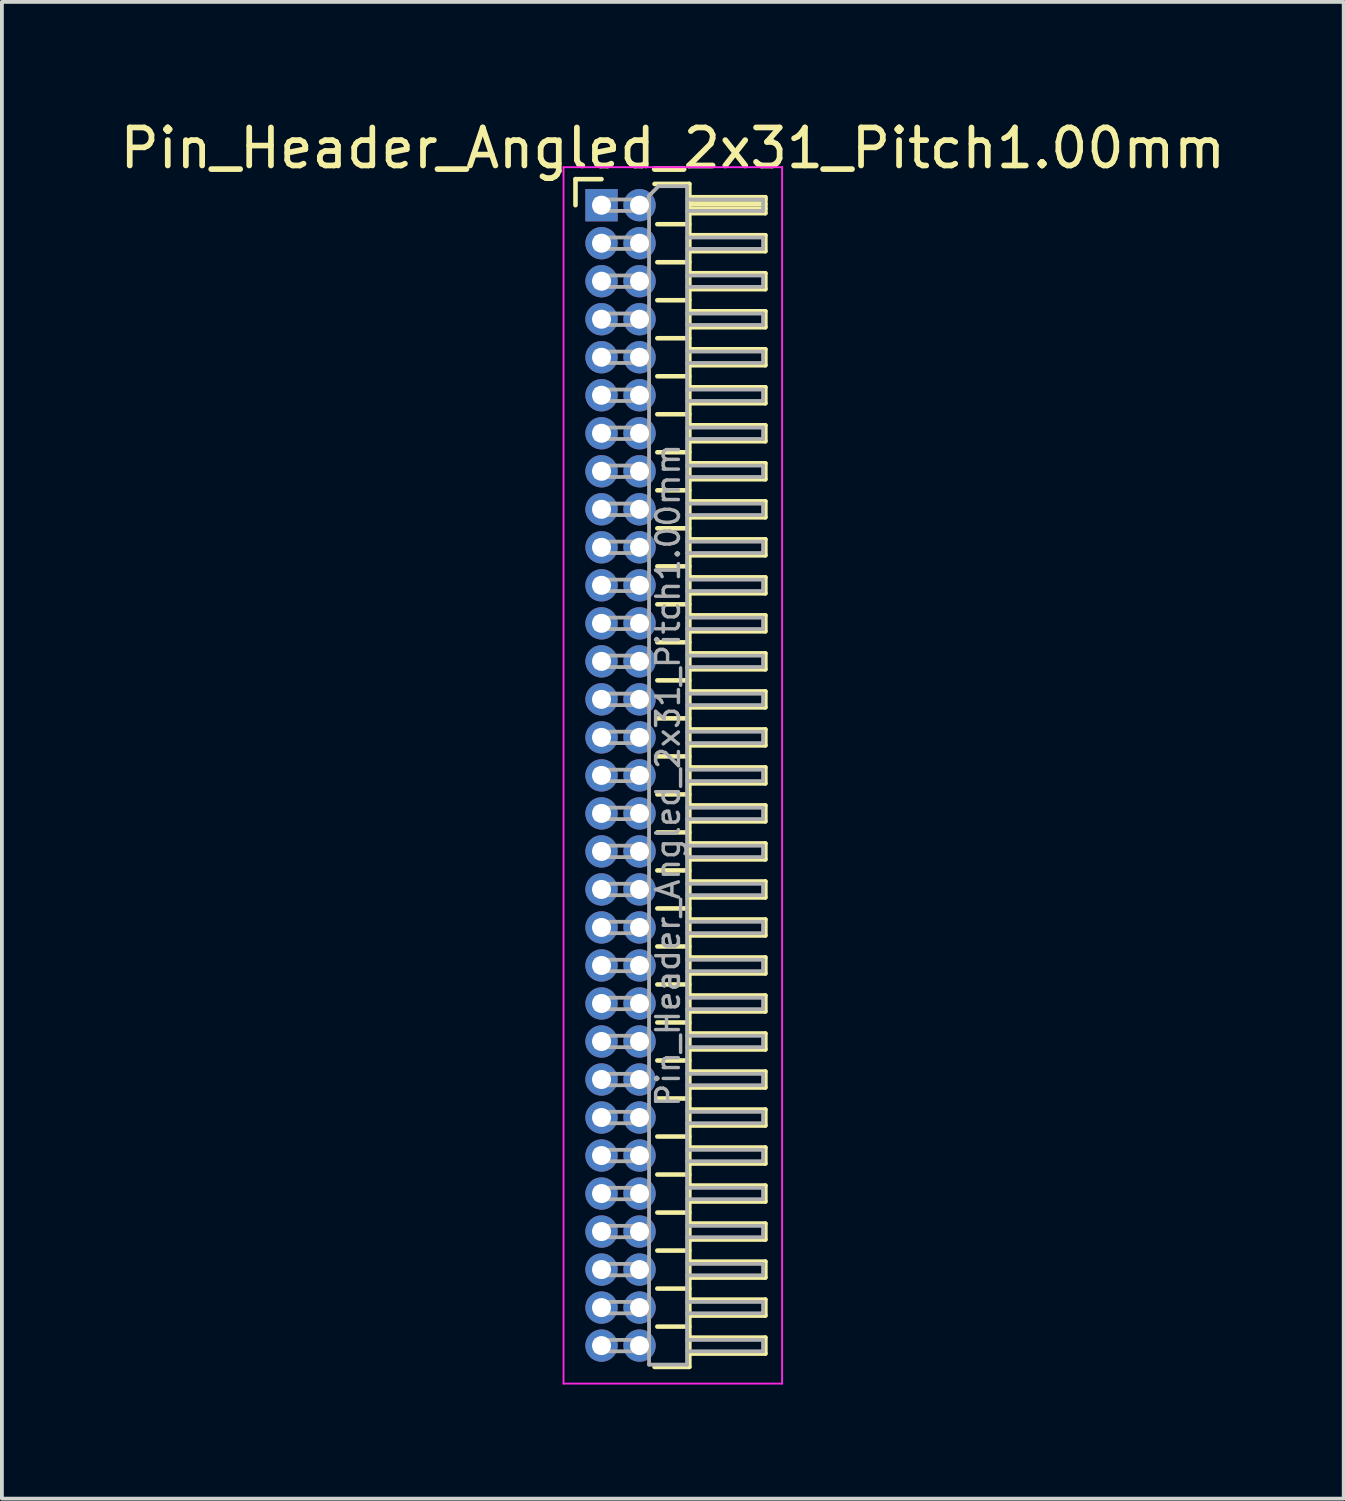
<source format=kicad_pcb>
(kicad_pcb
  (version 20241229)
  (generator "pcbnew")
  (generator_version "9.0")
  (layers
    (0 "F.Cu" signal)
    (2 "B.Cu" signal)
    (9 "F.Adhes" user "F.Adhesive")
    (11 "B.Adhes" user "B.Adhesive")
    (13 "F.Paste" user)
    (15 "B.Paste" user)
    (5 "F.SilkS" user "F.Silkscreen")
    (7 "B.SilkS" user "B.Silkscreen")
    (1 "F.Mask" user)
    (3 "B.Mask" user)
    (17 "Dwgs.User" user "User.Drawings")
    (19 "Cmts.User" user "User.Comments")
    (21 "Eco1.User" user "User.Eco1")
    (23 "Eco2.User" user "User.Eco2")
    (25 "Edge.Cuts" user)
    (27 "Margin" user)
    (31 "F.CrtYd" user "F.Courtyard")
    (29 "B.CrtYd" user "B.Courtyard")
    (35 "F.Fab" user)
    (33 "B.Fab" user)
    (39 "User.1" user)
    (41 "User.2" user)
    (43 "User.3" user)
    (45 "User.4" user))
  (footprint "Pin_Header_Angled_2x31_Pitch1.00mm"
    (layer "F.Cu")
    (at 12.774 2.348)
    (property "Reference" "Pin_Header_Angled_2x31_Pitch1.00mm" (at 1.875 -1.5 0) (layer "F.SilkS") (effects (font (size 1 1) (thickness 0.15))))
    (attr through_hole)
    (fp_line (start -0.685 -0.685) (end 0 -0.685) (stroke (width 0.12) (type solid)) (layer "F.SilkS"))
    (fp_line (start -0.685 0) (end -0.685 -0.685) (stroke (width 0.12) (type solid)) (layer "F.SilkS"))
    (fp_line (start 1.394 -0.56) (end 2.31 -0.56) (stroke (width 0.12) (type solid)) (layer "F.SilkS"))
    (fp_line (start 1.468 0.5) (end 2.31 0.5) (stroke (width 0.12) (type solid)) (layer "F.SilkS"))
    (fp_line (start 1.468 1.5) (end 2.31 1.5) (stroke (width 0.12) (type solid)) (layer "F.SilkS"))
    (fp_line (start 1.468 2.5) (end 2.31 2.5) (stroke (width 0.12) (type solid)) (layer "F.SilkS"))
    (fp_line (start 1.468 3.5) (end 2.31 3.5) (stroke (width 0.12) (type solid)) (layer "F.SilkS"))
    (fp_line (start 1.468 4.5) (end 2.31 4.5) (stroke (width 0.12) (type solid)) (layer "F.SilkS"))
    (fp_line (start 1.468 5.5) (end 2.31 5.5) (stroke (width 0.12) (type solid)) (layer "F.SilkS"))
    (fp_line (start 1.468 6.5) (end 2.31 6.5) (stroke (width 0.12) (type solid)) (layer "F.SilkS"))
    (fp_line (start 1.468 7.5) (end 2.31 7.5) (stroke (width 0.12) (type solid)) (layer "F.SilkS"))
    (fp_line (start 1.468 8.5) (end 2.31 8.5) (stroke (width 0.12) (type solid)) (layer "F.SilkS"))
    (fp_line (start 1.468 9.5) (end 2.31 9.5) (stroke (width 0.12) (type solid)) (layer "F.SilkS"))
    (fp_line (start 1.468 10.5) (end 2.31 10.5) (stroke (width 0.12) (type solid)) (layer "F.SilkS"))
    (fp_line (start 1.468 11.5) (end 2.31 11.5) (stroke (width 0.12) (type solid)) (layer "F.SilkS"))
    (fp_line (start 1.468 12.5) (end 2.31 12.5) (stroke (width 0.12) (type solid)) (layer "F.SilkS"))
    (fp_line (start 1.468 13.5) (end 2.31 13.5) (stroke (width 0.12) (type solid)) (layer "F.SilkS"))
    (fp_line (start 1.468 14.5) (end 2.31 14.5) (stroke (width 0.12) (type solid)) (layer "F.SilkS"))
    (fp_line (start 1.468 15.5) (end 2.31 15.5) (stroke (width 0.12) (type solid)) (layer "F.SilkS"))
    (fp_line (start 1.468 16.5) (end 2.31 16.5) (stroke (width 0.12) (type solid)) (layer "F.SilkS"))
    (fp_line (start 1.468 17.5) (end 2.31 17.5) (stroke (width 0.12) (type solid)) (layer "F.SilkS"))
    (fp_line (start 1.468 18.5) (end 2.31 18.5) (stroke (width 0.12) (type solid)) (layer "F.SilkS"))
    (fp_line (start 1.468 19.5) (end 2.31 19.5) (stroke (width 0.12) (type solid)) (layer "F.SilkS"))
    (fp_line (start 1.468 20.5) (end 2.31 20.5) (stroke (width 0.12) (type solid)) (layer "F.SilkS"))
    (fp_line (start 1.468 21.5) (end 2.31 21.5) (stroke (width 0.12) (type solid)) (layer "F.SilkS"))
    (fp_line (start 1.468 22.5) (end 2.31 22.5) (stroke (width 0.12) (type solid)) (layer "F.SilkS"))
    (fp_line (start 1.468 23.5) (end 2.31 23.5) (stroke (width 0.12) (type solid)) (layer "F.SilkS"))
    (fp_line (start 1.468 24.5) (end 2.31 24.5) (stroke (width 0.12) (type solid)) (layer "F.SilkS"))
    (fp_line (start 1.468 25.5) (end 2.31 25.5) (stroke (width 0.12) (type solid)) (layer "F.SilkS"))
    (fp_line (start 1.468 26.5) (end 2.31 26.5) (stroke (width 0.12) (type solid)) (layer "F.SilkS"))
    (fp_line (start 1.468 27.5) (end 2.31 27.5) (stroke (width 0.12) (type solid)) (layer "F.SilkS"))
    (fp_line (start 1.468 28.5) (end 2.31 28.5) (stroke (width 0.12) (type solid)) (layer "F.SilkS"))
    (fp_line (start 1.468 29.5) (end 2.31 29.5) (stroke (width 0.12) (type solid)) (layer "F.SilkS"))
    (fp_line (start 2.31 -0.56) (end 2.31 30.56) (stroke (width 0.12) (type solid)) (layer "F.SilkS"))
    (fp_line (start 2.31 -0.21) (end 4.31 -0.21) (stroke (width 0.12) (type solid)) (layer "F.SilkS"))
    (fp_line (start 2.31 -0.15) (end 4.31 -0.15) (stroke (width 0.12) (type solid)) (layer "F.SilkS"))
    (fp_line (start 2.31 -0.03) (end 4.31 -0.03) (stroke (width 0.12) (type solid)) (layer "F.SilkS"))
    (fp_line (start 2.31 0.09) (end 4.31 0.09) (stroke (width 0.12) (type solid)) (layer "F.SilkS"))
    (fp_line (start 2.31 0.79) (end 4.31 0.79) (stroke (width 0.12) (type solid)) (layer "F.SilkS"))
    (fp_line (start 2.31 1.79) (end 4.31 1.79) (stroke (width 0.12) (type solid)) (layer "F.SilkS"))
    (fp_line (start 2.31 2.79) (end 4.31 2.79) (stroke (width 0.12) (type solid)) (layer "F.SilkS"))
    (fp_line (start 2.31 3.79) (end 4.31 3.79) (stroke (width 0.12) (type solid)) (layer "F.SilkS"))
    (fp_line (start 2.31 4.79) (end 4.31 4.79) (stroke (width 0.12) (type solid)) (layer "F.SilkS"))
    (fp_line (start 2.31 5.79) (end 4.31 5.79) (stroke (width 0.12) (type solid)) (layer "F.SilkS"))
    (fp_line (start 2.31 6.79) (end 4.31 6.79) (stroke (width 0.12) (type solid)) (layer "F.SilkS"))
    (fp_line (start 2.31 7.79) (end 4.31 7.79) (stroke (width 0.12) (type solid)) (layer "F.SilkS"))
    (fp_line (start 2.31 8.79) (end 4.31 8.79) (stroke (width 0.12) (type solid)) (layer "F.SilkS"))
    (fp_line (start 2.31 9.79) (end 4.31 9.79) (stroke (width 0.12) (type solid)) (layer "F.SilkS"))
    (fp_line (start 2.31 10.79) (end 4.31 10.79) (stroke (width 0.12) (type solid)) (layer "F.SilkS"))
    (fp_line (start 2.31 11.79) (end 4.31 11.79) (stroke (width 0.12) (type solid)) (layer "F.SilkS"))
    (fp_line (start 2.31 12.79) (end 4.31 12.79) (stroke (width 0.12) (type solid)) (layer "F.SilkS"))
    (fp_line (start 2.31 13.79) (end 4.31 13.79) (stroke (width 0.12) (type solid)) (layer "F.SilkS"))
    (fp_line (start 2.31 14.79) (end 4.31 14.79) (stroke (width 0.12) (type solid)) (layer "F.SilkS"))
    (fp_line (start 2.31 15.79) (end 4.31 15.79) (stroke (width 0.12) (type solid)) (layer "F.SilkS"))
    (fp_line (start 2.31 16.79) (end 4.31 16.79) (stroke (width 0.12) (type solid)) (layer "F.SilkS"))
    (fp_line (start 2.31 17.79) (end 4.31 17.79) (stroke (width 0.12) (type solid)) (layer "F.SilkS"))
    (fp_line (start 2.31 18.79) (end 4.31 18.79) (stroke (width 0.12) (type solid)) (layer "F.SilkS"))
    (fp_line (start 2.31 19.79) (end 4.31 19.79) (stroke (width 0.12) (type solid)) (layer "F.SilkS"))
    (fp_line (start 2.31 20.79) (end 4.31 20.79) (stroke (width 0.12) (type solid)) (layer "F.SilkS"))
    (fp_line (start 2.31 21.79) (end 4.31 21.79) (stroke (width 0.12) (type solid)) (layer "F.SilkS"))
    (fp_line (start 2.31 22.79) (end 4.31 22.79) (stroke (width 0.12) (type solid)) (layer "F.SilkS"))
    (fp_line (start 2.31 23.79) (end 4.31 23.79) (stroke (width 0.12) (type solid)) (layer "F.SilkS"))
    (fp_line (start 2.31 24.79) (end 4.31 24.79) (stroke (width 0.12) (type solid)) (layer "F.SilkS"))
    (fp_line (start 2.31 25.79) (end 4.31 25.79) (stroke (width 0.12) (type solid)) (layer "F.SilkS"))
    (fp_line (start 2.31 26.79) (end 4.31 26.79) (stroke (width 0.12) (type solid)) (layer "F.SilkS"))
    (fp_line (start 2.31 27.79) (end 4.31 27.79) (stroke (width 0.12) (type solid)) (layer "F.SilkS"))
    (fp_line (start 2.31 28.79) (end 4.31 28.79) (stroke (width 0.12) (type solid)) (layer "F.SilkS"))
    (fp_line (start 2.31 29.79) (end 4.31 29.79) (stroke (width 0.12) (type solid)) (layer "F.SilkS"))
    (fp_line (start 2.31 30.56) (end 1.394 30.56) (stroke (width 0.12) (type solid)) (layer "F.SilkS"))
    (fp_line (start 4.31 -0.21) (end 4.31 0.21) (stroke (width 0.12) (type solid)) (layer "F.SilkS"))
    (fp_line (start 4.31 0.21) (end 2.31 0.21) (stroke (width 0.12) (type solid)) (layer "F.SilkS"))
    (fp_line (start 4.31 0.79) (end 4.31 1.21) (stroke (width 0.12) (type solid)) (layer "F.SilkS"))
    (fp_line (start 4.31 1.21) (end 2.31 1.21) (stroke (width 0.12) (type solid)) (layer "F.SilkS"))
    (fp_line (start 4.31 1.79) (end 4.31 2.21) (stroke (width 0.12) (type solid)) (layer "F.SilkS"))
    (fp_line (start 4.31 2.21) (end 2.31 2.21) (stroke (width 0.12) (type solid)) (layer "F.SilkS"))
    (fp_line (start 4.31 2.79) (end 4.31 3.21) (stroke (width 0.12) (type solid)) (layer "F.SilkS"))
    (fp_line (start 4.31 3.21) (end 2.31 3.21) (stroke (width 0.12) (type solid)) (layer "F.SilkS"))
    (fp_line (start 4.31 3.79) (end 4.31 4.21) (stroke (width 0.12) (type solid)) (layer "F.SilkS"))
    (fp_line (start 4.31 4.21) (end 2.31 4.21) (stroke (width 0.12) (type solid)) (layer "F.SilkS"))
    (fp_line (start 4.31 4.79) (end 4.31 5.21) (stroke (width 0.12) (type solid)) (layer "F.SilkS"))
    (fp_line (start 4.31 5.21) (end 2.31 5.21) (stroke (width 0.12) (type solid)) (layer "F.SilkS"))
    (fp_line (start 4.31 5.79) (end 4.31 6.21) (stroke (width 0.12) (type solid)) (layer "F.SilkS"))
    (fp_line (start 4.31 6.21) (end 2.31 6.21) (stroke (width 0.12) (type solid)) (layer "F.SilkS"))
    (fp_line (start 4.31 6.79) (end 4.31 7.21) (stroke (width 0.12) (type solid)) (layer "F.SilkS"))
    (fp_line (start 4.31 7.21) (end 2.31 7.21) (stroke (width 0.12) (type solid)) (layer "F.SilkS"))
    (fp_line (start 4.31 7.79) (end 4.31 8.21) (stroke (width 0.12) (type solid)) (layer "F.SilkS"))
    (fp_line (start 4.31 8.21) (end 2.31 8.21) (stroke (width 0.12) (type solid)) (layer "F.SilkS"))
    (fp_line (start 4.31 8.79) (end 4.31 9.21) (stroke (width 0.12) (type solid)) (layer "F.SilkS"))
    (fp_line (start 4.31 9.21) (end 2.31 9.21) (stroke (width 0.12) (type solid)) (layer "F.SilkS"))
    (fp_line (start 4.31 9.79) (end 4.31 10.21) (stroke (width 0.12) (type solid)) (layer "F.SilkS"))
    (fp_line (start 4.31 10.21) (end 2.31 10.21) (stroke (width 0.12) (type solid)) (layer "F.SilkS"))
    (fp_line (start 4.31 10.79) (end 4.31 11.21) (stroke (width 0.12) (type solid)) (layer "F.SilkS"))
    (fp_line (start 4.31 11.21) (end 2.31 11.21) (stroke (width 0.12) (type solid)) (layer "F.SilkS"))
    (fp_line (start 4.31 11.79) (end 4.31 12.21) (stroke (width 0.12) (type solid)) (layer "F.SilkS"))
    (fp_line (start 4.31 12.21) (end 2.31 12.21) (stroke (width 0.12) (type solid)) (layer "F.SilkS"))
    (fp_line (start 4.31 12.79) (end 4.31 13.21) (stroke (width 0.12) (type solid)) (layer "F.SilkS"))
    (fp_line (start 4.31 13.21) (end 2.31 13.21) (stroke (width 0.12) (type solid)) (layer "F.SilkS"))
    (fp_line (start 4.31 13.79) (end 4.31 14.21) (stroke (width 0.12) (type solid)) (layer "F.SilkS"))
    (fp_line (start 4.31 14.21) (end 2.31 14.21) (stroke (width 0.12) (type solid)) (layer "F.SilkS"))
    (fp_line (start 4.31 14.79) (end 4.31 15.21) (stroke (width 0.12) (type solid)) (layer "F.SilkS"))
    (fp_line (start 4.31 15.21) (end 2.31 15.21) (stroke (width 0.12) (type solid)) (layer "F.SilkS"))
    (fp_line (start 4.31 15.79) (end 4.31 16.21) (stroke (width 0.12) (type solid)) (layer "F.SilkS"))
    (fp_line (start 4.31 16.21) (end 2.31 16.21) (stroke (width 0.12) (type solid)) (layer "F.SilkS"))
    (fp_line (start 4.31 16.79) (end 4.31 17.21) (stroke (width 0.12) (type solid)) (layer "F.SilkS"))
    (fp_line (start 4.31 17.21) (end 2.31 17.21) (stroke (width 0.12) (type solid)) (layer "F.SilkS"))
    (fp_line (start 4.31 17.79) (end 4.31 18.21) (stroke (width 0.12) (type solid)) (layer "F.SilkS"))
    (fp_line (start 4.31 18.21) (end 2.31 18.21) (stroke (width 0.12) (type solid)) (layer "F.SilkS"))
    (fp_line (start 4.31 18.79) (end 4.31 19.21) (stroke (width 0.12) (type solid)) (layer "F.SilkS"))
    (fp_line (start 4.31 19.21) (end 2.31 19.21) (stroke (width 0.12) (type solid)) (layer "F.SilkS"))
    (fp_line (start 4.31 19.79) (end 4.31 20.21) (stroke (width 0.12) (type solid)) (layer "F.SilkS"))
    (fp_line (start 4.31 20.21) (end 2.31 20.21) (stroke (width 0.12) (type solid)) (layer "F.SilkS"))
    (fp_line (start 4.31 20.79) (end 4.31 21.21) (stroke (width 0.12) (type solid)) (layer "F.SilkS"))
    (fp_line (start 4.31 21.21) (end 2.31 21.21) (stroke (width 0.12) (type solid)) (layer "F.SilkS"))
    (fp_line (start 4.31 21.79) (end 4.31 22.21) (stroke (width 0.12) (type solid)) (layer "F.SilkS"))
    (fp_line (start 4.31 22.21) (end 2.31 22.21) (stroke (width 0.12) (type solid)) (layer "F.SilkS"))
    (fp_line (start 4.31 22.79) (end 4.31 23.21) (stroke (width 0.12) (type solid)) (layer "F.SilkS"))
    (fp_line (start 4.31 23.21) (end 2.31 23.21) (stroke (width 0.12) (type solid)) (layer "F.SilkS"))
    (fp_line (start 4.31 23.79) (end 4.31 24.21) (stroke (width 0.12) (type solid)) (layer "F.SilkS"))
    (fp_line (start 4.31 24.21) (end 2.31 24.21) (stroke (width 0.12) (type solid)) (layer "F.SilkS"))
    (fp_line (start 4.31 24.79) (end 4.31 25.21) (stroke (width 0.12) (type solid)) (layer "F.SilkS"))
    (fp_line (start 4.31 25.21) (end 2.31 25.21) (stroke (width 0.12) (type solid)) (layer "F.SilkS"))
    (fp_line (start 4.31 25.79) (end 4.31 26.21) (stroke (width 0.12) (type solid)) (layer "F.SilkS"))
    (fp_line (start 4.31 26.21) (end 2.31 26.21) (stroke (width 0.12) (type solid)) (layer "F.SilkS"))
    (fp_line (start 4.31 26.79) (end 4.31 27.21) (stroke (width 0.12) (type solid)) (layer "F.SilkS"))
    (fp_line (start 4.31 27.21) (end 2.31 27.21) (stroke (width 0.12) (type solid)) (layer "F.SilkS"))
    (fp_line (start 4.31 27.79) (end 4.31 28.21) (stroke (width 0.12) (type solid)) (layer "F.SilkS"))
    (fp_line (start 4.31 28.21) (end 2.31 28.21) (stroke (width 0.12) (type solid)) (layer "F.SilkS"))
    (fp_line (start 4.31 28.79) (end 4.31 29.21) (stroke (width 0.12) (type solid)) (layer "F.SilkS"))
    (fp_line (start 4.31 29.21) (end 2.31 29.21) (stroke (width 0.12) (type solid)) (layer "F.SilkS"))
    (fp_line (start 4.31 29.79) (end 4.31 30.21) (stroke (width 0.12) (type solid)) (layer "F.SilkS"))
    (fp_line (start 4.31 30.21) (end 2.31 30.21) (stroke (width 0.12) (type solid)) (layer "F.SilkS"))
    (fp_line (start -1 -1) (end -1 31) (stroke (width 0.05) (type solid)) (layer "F.CrtYd"))
    (fp_line (start -1 31) (end 4.75 31) (stroke (width 0.05) (type solid)) (layer "F.CrtYd"))
    (fp_line (start 4.75 -1) (end -1 -1) (stroke (width 0.05) (type solid)) (layer "F.CrtYd"))
    (fp_line (start 4.75 31) (end 4.75 -1) (stroke (width 0.05) (type solid)) (layer "F.CrtYd"))
    (fp_line (start -0.15 -0.15) (end -0.15 0.15) (stroke (width 0.1) (type solid)) (layer "F.Fab"))
    (fp_line (start -0.15 -0.15) (end 1.25 -0.15) (stroke (width 0.1) (type solid)) (layer "F.Fab"))
    (fp_line (start -0.15 0.15) (end 1.25 0.15) (stroke (width 0.1) (type solid)) (layer "F.Fab"))
    (fp_line (start -0.15 0.85) (end -0.15 1.15) (stroke (width 0.1) (type solid)) (layer "F.Fab"))
    (fp_line (start -0.15 0.85) (end 1.25 0.85) (stroke (width 0.1) (type solid)) (layer "F.Fab"))
    (fp_line (start -0.15 1.15) (end 1.25 1.15) (stroke (width 0.1) (type solid)) (layer "F.Fab"))
    (fp_line (start -0.15 1.85) (end -0.15 2.15) (stroke (width 0.1) (type solid)) (layer "F.Fab"))
    (fp_line (start -0.15 1.85) (end 1.25 1.85) (stroke (width 0.1) (type solid)) (layer "F.Fab"))
    (fp_line (start -0.15 2.15) (end 1.25 2.15) (stroke (width 0.1) (type solid)) (layer "F.Fab"))
    (fp_line (start -0.15 2.85) (end -0.15 3.15) (stroke (width 0.1) (type solid)) (layer "F.Fab"))
    (fp_line (start -0.15 2.85) (end 1.25 2.85) (stroke (width 0.1) (type solid)) (layer "F.Fab"))
    (fp_line (start -0.15 3.15) (end 1.25 3.15) (stroke (width 0.1) (type solid)) (layer "F.Fab"))
    (fp_line (start -0.15 3.85) (end -0.15 4.15) (stroke (width 0.1) (type solid)) (layer "F.Fab"))
    (fp_line (start -0.15 3.85) (end 1.25 3.85) (stroke (width 0.1) (type solid)) (layer "F.Fab"))
    (fp_line (start -0.15 4.15) (end 1.25 4.15) (stroke (width 0.1) (type solid)) (layer "F.Fab"))
    (fp_line (start -0.15 4.85) (end -0.15 5.15) (stroke (width 0.1) (type solid)) (layer "F.Fab"))
    (fp_line (start -0.15 4.85) (end 1.25 4.85) (stroke (width 0.1) (type solid)) (layer "F.Fab"))
    (fp_line (start -0.15 5.15) (end 1.25 5.15) (stroke (width 0.1) (type solid)) (layer "F.Fab"))
    (fp_line (start -0.15 5.85) (end -0.15 6.15) (stroke (width 0.1) (type solid)) (layer "F.Fab"))
    (fp_line (start -0.15 5.85) (end 1.25 5.85) (stroke (width 0.1) (type solid)) (layer "F.Fab"))
    (fp_line (start -0.15 6.15) (end 1.25 6.15) (stroke (width 0.1) (type solid)) (layer "F.Fab"))
    (fp_line (start -0.15 6.85) (end -0.15 7.15) (stroke (width 0.1) (type solid)) (layer "F.Fab"))
    (fp_line (start -0.15 6.85) (end 1.25 6.85) (stroke (width 0.1) (type solid)) (layer "F.Fab"))
    (fp_line (start -0.15 7.15) (end 1.25 7.15) (stroke (width 0.1) (type solid)) (layer "F.Fab"))
    (fp_line (start -0.15 7.85) (end -0.15 8.15) (stroke (width 0.1) (type solid)) (layer "F.Fab"))
    (fp_line (start -0.15 7.85) (end 1.25 7.85) (stroke (width 0.1) (type solid)) (layer "F.Fab"))
    (fp_line (start -0.15 8.15) (end 1.25 8.15) (stroke (width 0.1) (type solid)) (layer "F.Fab"))
    (fp_line (start -0.15 8.85) (end -0.15 9.15) (stroke (width 0.1) (type solid)) (layer "F.Fab"))
    (fp_line (start -0.15 8.85) (end 1.25 8.85) (stroke (width 0.1) (type solid)) (layer "F.Fab"))
    (fp_line (start -0.15 9.15) (end 1.25 9.15) (stroke (width 0.1) (type solid)) (layer "F.Fab"))
    (fp_line (start -0.15 9.85) (end -0.15 10.15) (stroke (width 0.1) (type solid)) (layer "F.Fab"))
    (fp_line (start -0.15 9.85) (end 1.25 9.85) (stroke (width 0.1) (type solid)) (layer "F.Fab"))
    (fp_line (start -0.15 10.15) (end 1.25 10.15) (stroke (width 0.1) (type solid)) (layer "F.Fab"))
    (fp_line (start -0.15 10.85) (end -0.15 11.15) (stroke (width 0.1) (type solid)) (layer "F.Fab"))
    (fp_line (start -0.15 10.85) (end 1.25 10.85) (stroke (width 0.1) (type solid)) (layer "F.Fab"))
    (fp_line (start -0.15 11.15) (end 1.25 11.15) (stroke (width 0.1) (type solid)) (layer "F.Fab"))
    (fp_line (start -0.15 11.85) (end -0.15 12.15) (stroke (width 0.1) (type solid)) (layer "F.Fab"))
    (fp_line (start -0.15 11.85) (end 1.25 11.85) (stroke (width 0.1) (type solid)) (layer "F.Fab"))
    (fp_line (start -0.15 12.15) (end 1.25 12.15) (stroke (width 0.1) (type solid)) (layer "F.Fab"))
    (fp_line (start -0.15 12.85) (end -0.15 13.15) (stroke (width 0.1) (type solid)) (layer "F.Fab"))
    (fp_line (start -0.15 12.85) (end 1.25 12.85) (stroke (width 0.1) (type solid)) (layer "F.Fab"))
    (fp_line (start -0.15 13.15) (end 1.25 13.15) (stroke (width 0.1) (type solid)) (layer "F.Fab"))
    (fp_line (start -0.15 13.85) (end -0.15 14.15) (stroke (width 0.1) (type solid)) (layer "F.Fab"))
    (fp_line (start -0.15 13.85) (end 1.25 13.85) (stroke (width 0.1) (type solid)) (layer "F.Fab"))
    (fp_line (start -0.15 14.15) (end 1.25 14.15) (stroke (width 0.1) (type solid)) (layer "F.Fab"))
    (fp_line (start -0.15 14.85) (end -0.15 15.15) (stroke (width 0.1) (type solid)) (layer "F.Fab"))
    (fp_line (start -0.15 14.85) (end 1.25 14.85) (stroke (width 0.1) (type solid)) (layer "F.Fab"))
    (fp_line (start -0.15 15.15) (end 1.25 15.15) (stroke (width 0.1) (type solid)) (layer "F.Fab"))
    (fp_line (start -0.15 15.85) (end -0.15 16.15) (stroke (width 0.1) (type solid)) (layer "F.Fab"))
    (fp_line (start -0.15 15.85) (end 1.25 15.85) (stroke (width 0.1) (type solid)) (layer "F.Fab"))
    (fp_line (start -0.15 16.15) (end 1.25 16.15) (stroke (width 0.1) (type solid)) (layer "F.Fab"))
    (fp_line (start -0.15 16.85) (end -0.15 17.15) (stroke (width 0.1) (type solid)) (layer "F.Fab"))
    (fp_line (start -0.15 16.85) (end 1.25 16.85) (stroke (width 0.1) (type solid)) (layer "F.Fab"))
    (fp_line (start -0.15 17.15) (end 1.25 17.15) (stroke (width 0.1) (type solid)) (layer "F.Fab"))
    (fp_line (start -0.15 17.85) (end -0.15 18.15) (stroke (width 0.1) (type solid)) (layer "F.Fab"))
    (fp_line (start -0.15 17.85) (end 1.25 17.85) (stroke (width 0.1) (type solid)) (layer "F.Fab"))
    (fp_line (start -0.15 18.15) (end 1.25 18.15) (stroke (width 0.1) (type solid)) (layer "F.Fab"))
    (fp_line (start -0.15 18.85) (end -0.15 19.15) (stroke (width 0.1) (type solid)) (layer "F.Fab"))
    (fp_line (start -0.15 18.85) (end 1.25 18.85) (stroke (width 0.1) (type solid)) (layer "F.Fab"))
    (fp_line (start -0.15 19.15) (end 1.25 19.15) (stroke (width 0.1) (type solid)) (layer "F.Fab"))
    (fp_line (start -0.15 19.85) (end -0.15 20.15) (stroke (width 0.1) (type solid)) (layer "F.Fab"))
    (fp_line (start -0.15 19.85) (end 1.25 19.85) (stroke (width 0.1) (type solid)) (layer "F.Fab"))
    (fp_line (start -0.15 20.15) (end 1.25 20.15) (stroke (width 0.1) (type solid)) (layer "F.Fab"))
    (fp_line (start -0.15 20.85) (end -0.15 21.15) (stroke (width 0.1) (type solid)) (layer "F.Fab"))
    (fp_line (start -0.15 20.85) (end 1.25 20.85) (stroke (width 0.1) (type solid)) (layer "F.Fab"))
    (fp_line (start -0.15 21.15) (end 1.25 21.15) (stroke (width 0.1) (type solid)) (layer "F.Fab"))
    (fp_line (start -0.15 21.85) (end -0.15 22.15) (stroke (width 0.1) (type solid)) (layer "F.Fab"))
    (fp_line (start -0.15 21.85) (end 1.25 21.85) (stroke (width 0.1) (type solid)) (layer "F.Fab"))
    (fp_line (start -0.15 22.15) (end 1.25 22.15) (stroke (width 0.1) (type solid)) (layer "F.Fab"))
    (fp_line (start -0.15 22.85) (end -0.15 23.15) (stroke (width 0.1) (type solid)) (layer "F.Fab"))
    (fp_line (start -0.15 22.85) (end 1.25 22.85) (stroke (width 0.1) (type solid)) (layer "F.Fab"))
    (fp_line (start -0.15 23.15) (end 1.25 23.15) (stroke (width 0.1) (type solid)) (layer "F.Fab"))
    (fp_line (start -0.15 23.85) (end -0.15 24.15) (stroke (width 0.1) (type solid)) (layer "F.Fab"))
    (fp_line (start -0.15 23.85) (end 1.25 23.85) (stroke (width 0.1) (type solid)) (layer "F.Fab"))
    (fp_line (start -0.15 24.15) (end 1.25 24.15) (stroke (width 0.1) (type solid)) (layer "F.Fab"))
    (fp_line (start -0.15 24.85) (end -0.15 25.15) (stroke (width 0.1) (type solid)) (layer "F.Fab"))
    (fp_line (start -0.15 24.85) (end 1.25 24.85) (stroke (width 0.1) (type solid)) (layer "F.Fab"))
    (fp_line (start -0.15 25.15) (end 1.25 25.15) (stroke (width 0.1) (type solid)) (layer "F.Fab"))
    (fp_line (start -0.15 25.85) (end -0.15 26.15) (stroke (width 0.1) (type solid)) (layer "F.Fab"))
    (fp_line (start -0.15 25.85) (end 1.25 25.85) (stroke (width 0.1) (type solid)) (layer "F.Fab"))
    (fp_line (start -0.15 26.15) (end 1.25 26.15) (stroke (width 0.1) (type solid)) (layer "F.Fab"))
    (fp_line (start -0.15 26.85) (end -0.15 27.15) (stroke (width 0.1) (type solid)) (layer "F.Fab"))
    (fp_line (start -0.15 26.85) (end 1.25 26.85) (stroke (width 0.1) (type solid)) (layer "F.Fab"))
    (fp_line (start -0.15 27.15) (end 1.25 27.15) (stroke (width 0.1) (type solid)) (layer "F.Fab"))
    (fp_line (start -0.15 27.85) (end -0.15 28.15) (stroke (width 0.1) (type solid)) (layer "F.Fab"))
    (fp_line (start -0.15 27.85) (end 1.25 27.85) (stroke (width 0.1) (type solid)) (layer "F.Fab"))
    (fp_line (start -0.15 28.15) (end 1.25 28.15) (stroke (width 0.1) (type solid)) (layer "F.Fab"))
    (fp_line (start -0.15 28.85) (end -0.15 29.15) (stroke (width 0.1) (type solid)) (layer "F.Fab"))
    (fp_line (start -0.15 28.85) (end 1.25 28.85) (stroke (width 0.1) (type solid)) (layer "F.Fab"))
    (fp_line (start -0.15 29.15) (end 1.25 29.15) (stroke (width 0.1) (type solid)) (layer "F.Fab"))
    (fp_line (start -0.15 29.85) (end -0.15 30.15) (stroke (width 0.1) (type solid)) (layer "F.Fab"))
    (fp_line (start -0.15 29.85) (end 1.25 29.85) (stroke (width 0.1) (type solid)) (layer "F.Fab"))
    (fp_line (start -0.15 30.15) (end 1.25 30.15) (stroke (width 0.1) (type solid)) (layer "F.Fab"))
    (fp_line (start 1.25 -0.25) (end 1.5 -0.5) (stroke (width 0.1) (type solid)) (layer "F.Fab"))
    (fp_line (start 1.25 30.5) (end 1.25 -0.25) (stroke (width 0.1) (type solid)) (layer "F.Fab"))
    (fp_line (start 1.5 -0.5) (end 2.25 -0.5) (stroke (width 0.1) (type solid)) (layer "F.Fab"))
    (fp_line (start 2.25 -0.5) (end 2.25 30.5) (stroke (width 0.1) (type solid)) (layer "F.Fab"))
    (fp_line (start 2.25 -0.15) (end 4.25 -0.15) (stroke (width 0.1) (type solid)) (layer "F.Fab"))
    (fp_line (start 2.25 0.15) (end 4.25 0.15) (stroke (width 0.1) (type solid)) (layer "F.Fab"))
    (fp_line (start 2.25 0.85) (end 4.25 0.85) (stroke (width 0.1) (type solid)) (layer "F.Fab"))
    (fp_line (start 2.25 1.15) (end 4.25 1.15) (stroke (width 0.1) (type solid)) (layer "F.Fab"))
    (fp_line (start 2.25 1.85) (end 4.25 1.85) (stroke (width 0.1) (type solid)) (layer "F.Fab"))
    (fp_line (start 2.25 2.15) (end 4.25 2.15) (stroke (width 0.1) (type solid)) (layer "F.Fab"))
    (fp_line (start 2.25 2.85) (end 4.25 2.85) (stroke (width 0.1) (type solid)) (layer "F.Fab"))
    (fp_line (start 2.25 3.15) (end 4.25 3.15) (stroke (width 0.1) (type solid)) (layer "F.Fab"))
    (fp_line (start 2.25 3.85) (end 4.25 3.85) (stroke (width 0.1) (type solid)) (layer "F.Fab"))
    (fp_line (start 2.25 4.15) (end 4.25 4.15) (stroke (width 0.1) (type solid)) (layer "F.Fab"))
    (fp_line (start 2.25 4.85) (end 4.25 4.85) (stroke (width 0.1) (type solid)) (layer "F.Fab"))
    (fp_line (start 2.25 5.15) (end 4.25 5.15) (stroke (width 0.1) (type solid)) (layer "F.Fab"))
    (fp_line (start 2.25 5.85) (end 4.25 5.85) (stroke (width 0.1) (type solid)) (layer "F.Fab"))
    (fp_line (start 2.25 6.15) (end 4.25 6.15) (stroke (width 0.1) (type solid)) (layer "F.Fab"))
    (fp_line (start 2.25 6.85) (end 4.25 6.85) (stroke (width 0.1) (type solid)) (layer "F.Fab"))
    (fp_line (start 2.25 7.15) (end 4.25 7.15) (stroke (width 0.1) (type solid)) (layer "F.Fab"))
    (fp_line (start 2.25 7.85) (end 4.25 7.85) (stroke (width 0.1) (type solid)) (layer "F.Fab"))
    (fp_line (start 2.25 8.15) (end 4.25 8.15) (stroke (width 0.1) (type solid)) (layer "F.Fab"))
    (fp_line (start 2.25 8.85) (end 4.25 8.85) (stroke (width 0.1) (type solid)) (layer "F.Fab"))
    (fp_line (start 2.25 9.15) (end 4.25 9.15) (stroke (width 0.1) (type solid)) (layer "F.Fab"))
    (fp_line (start 2.25 9.85) (end 4.25 9.85) (stroke (width 0.1) (type solid)) (layer "F.Fab"))
    (fp_line (start 2.25 10.15) (end 4.25 10.15) (stroke (width 0.1) (type solid)) (layer "F.Fab"))
    (fp_line (start 2.25 10.85) (end 4.25 10.85) (stroke (width 0.1) (type solid)) (layer "F.Fab"))
    (fp_line (start 2.25 11.15) (end 4.25 11.15) (stroke (width 0.1) (type solid)) (layer "F.Fab"))
    (fp_line (start 2.25 11.85) (end 4.25 11.85) (stroke (width 0.1) (type solid)) (layer "F.Fab"))
    (fp_line (start 2.25 12.15) (end 4.25 12.15) (stroke (width 0.1) (type solid)) (layer "F.Fab"))
    (fp_line (start 2.25 12.85) (end 4.25 12.85) (stroke (width 0.1) (type solid)) (layer "F.Fab"))
    (fp_line (start 2.25 13.15) (end 4.25 13.15) (stroke (width 0.1) (type solid)) (layer "F.Fab"))
    (fp_line (start 2.25 13.85) (end 4.25 13.85) (stroke (width 0.1) (type solid)) (layer "F.Fab"))
    (fp_line (start 2.25 14.15) (end 4.25 14.15) (stroke (width 0.1) (type solid)) (layer "F.Fab"))
    (fp_line (start 2.25 14.85) (end 4.25 14.85) (stroke (width 0.1) (type solid)) (layer "F.Fab"))
    (fp_line (start 2.25 15.15) (end 4.25 15.15) (stroke (width 0.1) (type solid)) (layer "F.Fab"))
    (fp_line (start 2.25 15.85) (end 4.25 15.85) (stroke (width 0.1) (type solid)) (layer "F.Fab"))
    (fp_line (start 2.25 16.15) (end 4.25 16.15) (stroke (width 0.1) (type solid)) (layer "F.Fab"))
    (fp_line (start 2.25 16.85) (end 4.25 16.85) (stroke (width 0.1) (type solid)) (layer "F.Fab"))
    (fp_line (start 2.25 17.15) (end 4.25 17.15) (stroke (width 0.1) (type solid)) (layer "F.Fab"))
    (fp_line (start 2.25 17.85) (end 4.25 17.85) (stroke (width 0.1) (type solid)) (layer "F.Fab"))
    (fp_line (start 2.25 18.15) (end 4.25 18.15) (stroke (width 0.1) (type solid)) (layer "F.Fab"))
    (fp_line (start 2.25 18.85) (end 4.25 18.85) (stroke (width 0.1) (type solid)) (layer "F.Fab"))
    (fp_line (start 2.25 19.15) (end 4.25 19.15) (stroke (width 0.1) (type solid)) (layer "F.Fab"))
    (fp_line (start 2.25 19.85) (end 4.25 19.85) (stroke (width 0.1) (type solid)) (layer "F.Fab"))
    (fp_line (start 2.25 20.15) (end 4.25 20.15) (stroke (width 0.1) (type solid)) (layer "F.Fab"))
    (fp_line (start 2.25 20.85) (end 4.25 20.85) (stroke (width 0.1) (type solid)) (layer "F.Fab"))
    (fp_line (start 2.25 21.15) (end 4.25 21.15) (stroke (width 0.1) (type solid)) (layer "F.Fab"))
    (fp_line (start 2.25 21.85) (end 4.25 21.85) (stroke (width 0.1) (type solid)) (layer "F.Fab"))
    (fp_line (start 2.25 22.15) (end 4.25 22.15) (stroke (width 0.1) (type solid)) (layer "F.Fab"))
    (fp_line (start 2.25 22.85) (end 4.25 22.85) (stroke (width 0.1) (type solid)) (layer "F.Fab"))
    (fp_line (start 2.25 23.15) (end 4.25 23.15) (stroke (width 0.1) (type solid)) (layer "F.Fab"))
    (fp_line (start 2.25 23.85) (end 4.25 23.85) (stroke (width 0.1) (type solid)) (layer "F.Fab"))
    (fp_line (start 2.25 24.15) (end 4.25 24.15) (stroke (width 0.1) (type solid)) (layer "F.Fab"))
    (fp_line (start 2.25 24.85) (end 4.25 24.85) (stroke (width 0.1) (type solid)) (layer "F.Fab"))
    (fp_line (start 2.25 25.15) (end 4.25 25.15) (stroke (width 0.1) (type solid)) (layer "F.Fab"))
    (fp_line (start 2.25 25.85) (end 4.25 25.85) (stroke (width 0.1) (type solid)) (layer "F.Fab"))
    (fp_line (start 2.25 26.15) (end 4.25 26.15) (stroke (width 0.1) (type solid)) (layer "F.Fab"))
    (fp_line (start 2.25 26.85) (end 4.25 26.85) (stroke (width 0.1) (type solid)) (layer "F.Fab"))
    (fp_line (start 2.25 27.15) (end 4.25 27.15) (stroke (width 0.1) (type solid)) (layer "F.Fab"))
    (fp_line (start 2.25 27.85) (end 4.25 27.85) (stroke (width 0.1) (type solid)) (layer "F.Fab"))
    (fp_line (start 2.25 28.15) (end 4.25 28.15) (stroke (width 0.1) (type solid)) (layer "F.Fab"))
    (fp_line (start 2.25 28.85) (end 4.25 28.85) (stroke (width 0.1) (type solid)) (layer "F.Fab"))
    (fp_line (start 2.25 29.15) (end 4.25 29.15) (stroke (width 0.1) (type solid)) (layer "F.Fab"))
    (fp_line (start 2.25 29.85) (end 4.25 29.85) (stroke (width 0.1) (type solid)) (layer "F.Fab"))
    (fp_line (start 2.25 30.15) (end 4.25 30.15) (stroke (width 0.1) (type solid)) (layer "F.Fab"))
    (fp_line (start 2.25 30.5) (end 1.25 30.5) (stroke (width 0.1) (type solid)) (layer "F.Fab"))
    (fp_line (start 4.25 -0.15) (end 4.25 0.15) (stroke (width 0.1) (type solid)) (layer "F.Fab"))
    (fp_line (start 4.25 0.85) (end 4.25 1.15) (stroke (width 0.1) (type solid)) (layer "F.Fab"))
    (fp_line (start 4.25 1.85) (end 4.25 2.15) (stroke (width 0.1) (type solid)) (layer "F.Fab"))
    (fp_line (start 4.25 2.85) (end 4.25 3.15) (stroke (width 0.1) (type solid)) (layer "F.Fab"))
    (fp_line (start 4.25 3.85) (end 4.25 4.15) (stroke (width 0.1) (type solid)) (layer "F.Fab"))
    (fp_line (start 4.25 4.85) (end 4.25 5.15) (stroke (width 0.1) (type solid)) (layer "F.Fab"))
    (fp_line (start 4.25 5.85) (end 4.25 6.15) (stroke (width 0.1) (type solid)) (layer "F.Fab"))
    (fp_line (start 4.25 6.85) (end 4.25 7.15) (stroke (width 0.1) (type solid)) (layer "F.Fab"))
    (fp_line (start 4.25 7.85) (end 4.25 8.15) (stroke (width 0.1) (type solid)) (layer "F.Fab"))
    (fp_line (start 4.25 8.85) (end 4.25 9.15) (stroke (width 0.1) (type solid)) (layer "F.Fab"))
    (fp_line (start 4.25 9.85) (end 4.25 10.15) (stroke (width 0.1) (type solid)) (layer "F.Fab"))
    (fp_line (start 4.25 10.85) (end 4.25 11.15) (stroke (width 0.1) (type solid)) (layer "F.Fab"))
    (fp_line (start 4.25 11.85) (end 4.25 12.15) (stroke (width 0.1) (type solid)) (layer "F.Fab"))
    (fp_line (start 4.25 12.85) (end 4.25 13.15) (stroke (width 0.1) (type solid)) (layer "F.Fab"))
    (fp_line (start 4.25 13.85) (end 4.25 14.15) (stroke (width 0.1) (type solid)) (layer "F.Fab"))
    (fp_line (start 4.25 14.85) (end 4.25 15.15) (stroke (width 0.1) (type solid)) (layer "F.Fab"))
    (fp_line (start 4.25 15.85) (end 4.25 16.15) (stroke (width 0.1) (type solid)) (layer "F.Fab"))
    (fp_line (start 4.25 16.85) (end 4.25 17.15) (stroke (width 0.1) (type solid)) (layer "F.Fab"))
    (fp_line (start 4.25 17.85) (end 4.25 18.15) (stroke (width 0.1) (type solid)) (layer "F.Fab"))
    (fp_line (start 4.25 18.85) (end 4.25 19.15) (stroke (width 0.1) (type solid)) (layer "F.Fab"))
    (fp_line (start 4.25 19.85) (end 4.25 20.15) (stroke (width 0.1) (type solid)) (layer "F.Fab"))
    (fp_line (start 4.25 20.85) (end 4.25 21.15) (stroke (width 0.1) (type solid)) (layer "F.Fab"))
    (fp_line (start 4.25 21.85) (end 4.25 22.15) (stroke (width 0.1) (type solid)) (layer "F.Fab"))
    (fp_line (start 4.25 22.85) (end 4.25 23.15) (stroke (width 0.1) (type solid)) (layer "F.Fab"))
    (fp_line (start 4.25 23.85) (end 4.25 24.15) (stroke (width 0.1) (type solid)) (layer "F.Fab"))
    (fp_line (start 4.25 24.85) (end 4.25 25.15) (stroke (width 0.1) (type solid)) (layer "F.Fab"))
    (fp_line (start 4.25 25.85) (end 4.25 26.15) (stroke (width 0.1) (type solid)) (layer "F.Fab"))
    (fp_line (start 4.25 26.85) (end 4.25 27.15) (stroke (width 0.1) (type solid)) (layer "F.Fab"))
    (fp_line (start 4.25 27.85) (end 4.25 28.15) (stroke (width 0.1) (type solid)) (layer "F.Fab"))
    (fp_line (start 4.25 28.85) (end 4.25 29.15) (stroke (width 0.1) (type solid)) (layer "F.Fab"))
    (fp_line (start 4.25 29.85) (end 4.25 30.15) (stroke (width 0.1) (type solid)) (layer "F.Fab"))
    (fp_text user "${REFERENCE}" (at 1.75 15 90) (layer "F.Fab") (effects (font (size 0.6 0.6) (thickness 0.09))))
    (pad "1" thru_hole rect (at 0 0) (size 0.85 0.85) (drill 0.5) (layers "*.Cu" "*.Mask"))
    (pad "2" thru_hole oval (at 1 0) (size 0.85 0.85) (drill 0.5) (layers "*.Cu" "*.Mask"))
    (pad "3" thru_hole oval (at 0 1) (size 0.85 0.85) (drill 0.5) (layers "*.Cu" "*.Mask"))
    (pad "4" thru_hole oval (at 1 1) (size 0.85 0.85) (drill 0.5) (layers "*.Cu" "*.Mask"))
    (pad "5" thru_hole oval (at 0 2) (size 0.85 0.85) (drill 0.5) (layers "*.Cu" "*.Mask"))
    (pad "6" thru_hole oval (at 1 2) (size 0.85 0.85) (drill 0.5) (layers "*.Cu" "*.Mask"))
    (pad "7" thru_hole oval (at 0 3) (size 0.85 0.85) (drill 0.5) (layers "*.Cu" "*.Mask"))
    (pad "8" thru_hole oval (at 1 3) (size 0.85 0.85) (drill 0.5) (layers "*.Cu" "*.Mask"))
    (pad "9" thru_hole oval (at 0 4) (size 0.85 0.85) (drill 0.5) (layers "*.Cu" "*.Mask"))
    (pad "10" thru_hole oval (at 1 4) (size 0.85 0.85) (drill 0.5) (layers "*.Cu" "*.Mask"))
    (pad "11" thru_hole oval (at 0 5) (size 0.85 0.85) (drill 0.5) (layers "*.Cu" "*.Mask"))
    (pad "12" thru_hole oval (at 1 5) (size 0.85 0.85) (drill 0.5) (layers "*.Cu" "*.Mask"))
    (pad "13" thru_hole oval (at 0 6) (size 0.85 0.85) (drill 0.5) (layers "*.Cu" "*.Mask"))
    (pad "14" thru_hole oval (at 1 6) (size 0.85 0.85) (drill 0.5) (layers "*.Cu" "*.Mask"))
    (pad "15" thru_hole oval (at 0 7) (size 0.85 0.85) (drill 0.5) (layers "*.Cu" "*.Mask"))
    (pad "16" thru_hole oval (at 1 7) (size 0.85 0.85) (drill 0.5) (layers "*.Cu" "*.Mask"))
    (pad "17" thru_hole oval (at 0 8) (size 0.85 0.85) (drill 0.5) (layers "*.Cu" "*.Mask"))
    (pad "18" thru_hole oval (at 1 8) (size 0.85 0.85) (drill 0.5) (layers "*.Cu" "*.Mask"))
    (pad "19" thru_hole oval (at 0 9) (size 0.85 0.85) (drill 0.5) (layers "*.Cu" "*.Mask"))
    (pad "20" thru_hole oval (at 1 9) (size 0.85 0.85) (drill 0.5) (layers "*.Cu" "*.Mask"))
    (pad "21" thru_hole oval (at 0 10) (size 0.85 0.85) (drill 0.5) (layers "*.Cu" "*.Mask"))
    (pad "22" thru_hole oval (at 1 10) (size 0.85 0.85) (drill 0.5) (layers "*.Cu" "*.Mask"))
    (pad "23" thru_hole oval (at 0 11) (size 0.85 0.85) (drill 0.5) (layers "*.Cu" "*.Mask"))
    (pad "24" thru_hole oval (at 1 11) (size 0.85 0.85) (drill 0.5) (layers "*.Cu" "*.Mask"))
    (pad "25" thru_hole oval (at 0 12) (size 0.85 0.85) (drill 0.5) (layers "*.Cu" "*.Mask"))
    (pad "26" thru_hole oval (at 1 12) (size 0.85 0.85) (drill 0.5) (layers "*.Cu" "*.Mask"))
    (pad "27" thru_hole oval (at 0 13) (size 0.85 0.85) (drill 0.5) (layers "*.Cu" "*.Mask"))
    (pad "28" thru_hole oval (at 1 13) (size 0.85 0.85) (drill 0.5) (layers "*.Cu" "*.Mask"))
    (pad "29" thru_hole oval (at 0 14) (size 0.85 0.85) (drill 0.5) (layers "*.Cu" "*.Mask"))
    (pad "30" thru_hole oval (at 1 14) (size 0.85 0.85) (drill 0.5) (layers "*.Cu" "*.Mask"))
    (pad "31" thru_hole oval (at 0 15) (size 0.85 0.85) (drill 0.5) (layers "*.Cu" "*.Mask"))
    (pad "32" thru_hole oval (at 1 15) (size 0.85 0.85) (drill 0.5) (layers "*.Cu" "*.Mask"))
    (pad "33" thru_hole oval (at 0 16) (size 0.85 0.85) (drill 0.5) (layers "*.Cu" "*.Mask"))
    (pad "34" thru_hole oval (at 1 16) (size 0.85 0.85) (drill 0.5) (layers "*.Cu" "*.Mask"))
    (pad "35" thru_hole oval (at 0 17) (size 0.85 0.85) (drill 0.5) (layers "*.Cu" "*.Mask"))
    (pad "36" thru_hole oval (at 1 17) (size 0.85 0.85) (drill 0.5) (layers "*.Cu" "*.Mask"))
    (pad "37" thru_hole oval (at 0 18) (size 0.85 0.85) (drill 0.5) (layers "*.Cu" "*.Mask"))
    (pad "38" thru_hole oval (at 1 18) (size 0.85 0.85) (drill 0.5) (layers "*.Cu" "*.Mask"))
    (pad "39" thru_hole oval (at 0 19) (size 0.85 0.85) (drill 0.5) (layers "*.Cu" "*.Mask"))
    (pad "40" thru_hole oval (at 1 19) (size 0.85 0.85) (drill 0.5) (layers "*.Cu" "*.Mask"))
    (pad "41" thru_hole oval (at 0 20) (size 0.85 0.85) (drill 0.5) (layers "*.Cu" "*.Mask"))
    (pad "42" thru_hole oval (at 1 20) (size 0.85 0.85) (drill 0.5) (layers "*.Cu" "*.Mask"))
    (pad "43" thru_hole oval (at 0 21) (size 0.85 0.85) (drill 0.5) (layers "*.Cu" "*.Mask"))
    (pad "44" thru_hole oval (at 1 21) (size 0.85 0.85) (drill 0.5) (layers "*.Cu" "*.Mask"))
    (pad "45" thru_hole oval (at 0 22) (size 0.85 0.85) (drill 0.5) (layers "*.Cu" "*.Mask"))
    (pad "46" thru_hole oval (at 1 22) (size 0.85 0.85) (drill 0.5) (layers "*.Cu" "*.Mask"))
    (pad "47" thru_hole oval (at 0 23) (size 0.85 0.85) (drill 0.5) (layers "*.Cu" "*.Mask"))
    (pad "48" thru_hole oval (at 1 23) (size 0.85 0.85) (drill 0.5) (layers "*.Cu" "*.Mask"))
    (pad "49" thru_hole oval (at 0 24) (size 0.85 0.85) (drill 0.5) (layers "*.Cu" "*.Mask"))
    (pad "50" thru_hole oval (at 1 24) (size 0.85 0.85) (drill 0.5) (layers "*.Cu" "*.Mask"))
    (pad "51" thru_hole oval (at 0 25) (size 0.85 0.85) (drill 0.5) (layers "*.Cu" "*.Mask"))
    (pad "52" thru_hole oval (at 1 25) (size 0.85 0.85) (drill 0.5) (layers "*.Cu" "*.Mask"))
    (pad "53" thru_hole oval (at 0 26) (size 0.85 0.85) (drill 0.5) (layers "*.Cu" "*.Mask"))
    (pad "54" thru_hole oval (at 1 26) (size 0.85 0.85) (drill 0.5) (layers "*.Cu" "*.Mask"))
    (pad "55" thru_hole oval (at 0 27) (size 0.85 0.85) (drill 0.5) (layers "*.Cu" "*.Mask"))
    (pad "56" thru_hole oval (at 1 27) (size 0.85 0.85) (drill 0.5) (layers "*.Cu" "*.Mask"))
    (pad "57" thru_hole oval (at 0 28) (size 0.85 0.85) (drill 0.5) (layers "*.Cu" "*.Mask"))
    (pad "58" thru_hole oval (at 1 28) (size 0.85 0.85) (drill 0.5) (layers "*.Cu" "*.Mask"))
    (pad "59" thru_hole oval (at 0 29) (size 0.85 0.85) (drill 0.5) (layers "*.Cu" "*.Mask"))
    (pad "60" thru_hole oval (at 1 29) (size 0.85 0.85) (drill 0.5) (layers "*.Cu" "*.Mask"))
    (pad "61" thru_hole oval (at 0 30) (size 0.85 0.85) (drill 0.5) (layers "*.Cu" "*.Mask"))
    (pad "62" thru_hole oval (at 1 30) (size 0.85 0.85) (drill 0.5) (layers "*.Cu" "*.Mask")))
  (gr_rect
    (start -3 -3)
    (end 32.298 36.373)
    (stroke (width 0.1) (type default))
    (fill no)
    (layer "Edge.Cuts")))
</source>
